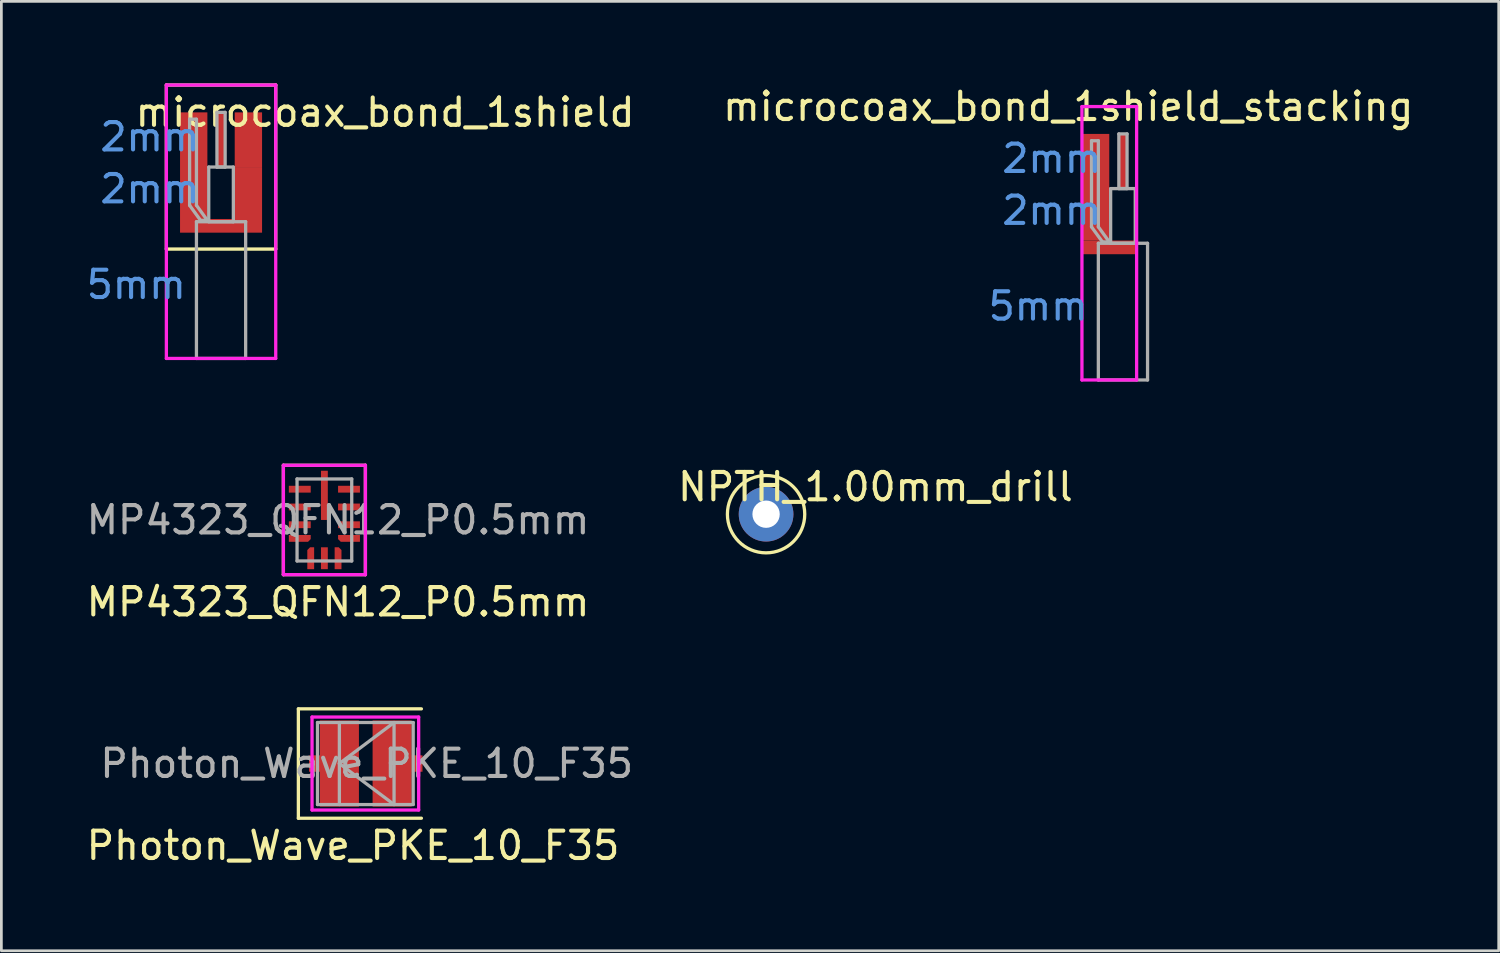
<source format=kicad_pcb>
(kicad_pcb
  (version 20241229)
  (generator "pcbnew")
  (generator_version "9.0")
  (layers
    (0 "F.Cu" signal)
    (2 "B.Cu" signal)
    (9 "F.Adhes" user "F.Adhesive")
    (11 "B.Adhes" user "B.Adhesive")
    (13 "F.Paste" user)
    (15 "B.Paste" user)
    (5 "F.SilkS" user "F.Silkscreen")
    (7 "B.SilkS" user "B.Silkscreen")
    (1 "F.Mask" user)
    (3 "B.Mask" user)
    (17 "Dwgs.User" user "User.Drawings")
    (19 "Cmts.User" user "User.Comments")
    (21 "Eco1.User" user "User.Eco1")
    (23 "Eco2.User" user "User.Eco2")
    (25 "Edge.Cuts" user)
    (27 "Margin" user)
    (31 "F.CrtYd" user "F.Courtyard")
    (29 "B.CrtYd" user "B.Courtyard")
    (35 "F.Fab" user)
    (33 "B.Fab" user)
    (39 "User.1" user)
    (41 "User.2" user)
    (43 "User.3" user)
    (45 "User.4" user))
  (footprint "MP4323_QFN12_P0.5mm"
    (layer "F.Cu")
    (at 8.815 15.968)
    (property "Reference" "MP4323_QFN12_P0.5mm" (at 0.5 3 0) (layer "F.SilkS") (effects (font (size 1 1) (thickness 0.15))))
    (attr through_hole)
    (fp_line (start -1.5 -2) (end 1.5 -2) (stroke (width 0.12) (type solid)) (layer "F.SilkS"))
    (fp_line (start -1.5 2) (end -1.5 -2) (stroke (width 0.12) (type solid)) (layer "F.SilkS"))
    (fp_line (start 1.5 -2) (end 1.5 2) (stroke (width 0.12) (type solid)) (layer "F.SilkS"))
    (fp_line (start 1.5 2) (end -1.5 2) (stroke (width 0.12) (type solid)) (layer "F.SilkS"))
    (fp_line (start -1.5 -2) (end 1.5 -2) (stroke (width 0.12) (type solid)) (layer "F.CrtYd"))
    (fp_line (start -1.5 2) (end -1.5 -2) (stroke (width 0.12) (type solid)) (layer "F.CrtYd"))
    (fp_line (start 1.5 -2) (end 1.5 2) (stroke (width 0.12) (type solid)) (layer "F.CrtYd"))
    (fp_line (start 1.5 2) (end -1.5 2) (stroke (width 0.12) (type solid)) (layer "F.CrtYd"))
    (fp_line (start -1 -1.5) (end 1 -1.5) (stroke (width 0.12) (type solid)) (layer "F.Fab"))
    (fp_line (start -1 1.5) (end -1 -1.5) (stroke (width 0.12) (type solid)) (layer "F.Fab"))
    (fp_line (start 1 -1.5) (end 1 1.5) (stroke (width 0.12) (type solid)) (layer "F.Fab"))
    (fp_line (start 1 1.5) (end -1 1.5) (stroke (width 0.12) (type solid)) (layer "F.Fab"))
    (fp_text user "${REFERENCE}" (at 0.5 0 0) (layer "F.Fab") (effects (font (size 1 1) (thickness 0.15))))
    (pad "1" smd rect (at -0.9 -1.125) (size 0.8 0.25) (layers "F.Cu" "F.Mask" "F.Paste"))
    (pad "2" smd rect (at -0.9 -0.475) (size 0.8 0.25) (layers "F.Cu" "F.Mask" "F.Paste"))
    (pad "3" smd rect (at -0.9 0.175) (size 0.8 0.25) (layers "F.Cu" "F.Mask" "F.Paste"))
    (pad "4" smd custom (at -0.95 0.675) (size 0.7 0.25) (layers "F.Cu" "F.Mask" "F.Paste") (options (anchor rect)) (primitives (gr_poly (pts (xy 0.35 0.125) (xy 0.45 0.025) (xy 0.45 -0.125) (xy 0.35 -0.125)) (width 0) (fill yes))))
    (pad "5" smd custom (at -0.5 1.45 270) (size 0.7 0.25) (layers "F.Cu" "F.Mask" "F.Paste") (options (anchor rect)) (primitives (gr_poly (pts (xy -0.35 0.125) (xy -0.45 0.025) (xy -0.45 -0.125) (xy -0.35 -0.125)) (width 0) (fill yes))))
    (pad "6" smd rect (at 0 1.4) (size 0.25 0.8) (layers "F.Cu" "F.Mask" "F.Paste"))
    (pad "7" smd custom (at 0.5 1.45 90) (size 0.7 0.25) (layers "F.Cu" "F.Mask" "F.Paste") (options (anchor rect)) (primitives (gr_poly (pts (xy 0.35 0.125) (xy 0.45 0.025) (xy 0.45 -0.125) (xy 0.35 -0.125)) (width 0) (fill yes))))
    (pad "8" smd custom (at 0.95 0.675) (size 0.7 0.25) (layers "F.Cu" "F.Mask" "F.Paste") (options (anchor rect)) (primitives (gr_poly (pts (xy -0.35 0.125) (xy -0.45 0.025) (xy -0.45 -0.125) (xy -0.35 -0.125)) (width 0) (fill yes))))
    (pad "9" smd rect (at 0.9 0.175) (size 0.8 0.25) (layers "F.Cu" "F.Mask" "F.Paste"))
    (pad "10" smd rect (at 0.9 -0.475) (size 0.8 0.25) (layers "F.Cu" "F.Mask" "F.Paste"))
    (pad "11" smd rect (at 0.9 -1.125) (size 0.8 0.25) (layers "F.Cu" "F.Mask" "F.Paste"))
    (pad "12" smd rect (at 0 -0.9) (size 0.25 1.8) (layers "F.Cu" "F.Mask" "F.Paste")))
  (footprint "microcoax_bond_1shield_stacking"
    (layer "F.Cu")
    (at 38.023 2.848)
    (property "Reference" "microcoax_bond_1shield_stacking" (at -2 -2 0) (layer "F.SilkS") (effects (font (size 1 1) (thickness 0.15))))
    (attr through_hole)
    (fp_poly (pts (xy 0.5 2.9) (xy 0.5 3.4) (xy -1.5 3.4) (xy -1.5 2.9)) (stroke (width 0.001) (type solid)) (fill yes) (layer "F.Cu"))
    (fp_line (start -1.5 -2) (end -1.5 8) (stroke (width 0.12) (type solid)) (layer "F.CrtYd"))
    (fp_line (start -1.5 8) (end 0.5 8) (stroke (width 0.12) (type solid)) (layer "F.CrtYd"))
    (fp_line (start 0.5 -2) (end -1.5 -2) (stroke (width 0.12) (type solid)) (layer "F.CrtYd"))
    (fp_line (start 0.5 8) (end 0.5 -2) (stroke (width 0.12) (type solid)) (layer "F.CrtYd"))
    (fp_line (start -1.15 -0.75) (end -0.9 -0.75) (stroke (width 0.12) (type solid)) (layer "F.Fab"))
    (fp_line (start -1.15 2.4) (end -1.15 -0.75) (stroke (width 0.12) (type solid)) (layer "F.Fab"))
    (fp_line (start -0.9 -0.75) (end -0.9 2.4) (stroke (width 0.12) (type solid)) (layer "F.Fab"))
    (fp_line (start -0.9 2.4) (end -0.5 2.95) (stroke (width 0.12) (type solid)) (layer "F.Fab"))
    (fp_line (start -0.9 3) (end -0.9 8) (stroke (width 0.12) (type solid)) (layer "F.Fab"))
    (fp_line (start -0.9 3) (end 0.9 3) (stroke (width 0.12) (type solid)) (layer "F.Fab"))
    (fp_line (start -0.9 8) (end 0.9 8) (stroke (width 0.12) (type solid)) (layer "F.Fab"))
    (fp_line (start -0.75 2.95) (end -1.15 2.4) (stroke (width 0.12) (type solid)) (layer "F.Fab"))
    (fp_line (start -0.5 2.95) (end -0.75 2.95) (stroke (width 0.12) (type solid)) (layer "F.Fab"))
    (fp_line (start -0.45 1) (end -0.45 3) (stroke (width 0.12) (type solid)) (layer "F.Fab"))
    (fp_line (start -0.45 1) (end 0.45 1) (stroke (width 0.12) (type solid)) (layer "F.Fab"))
    (fp_line (start -0.45 3) (end 0.45 3) (stroke (width 0.12) (type solid)) (layer "F.Fab"))
    (fp_line (start -0.15 -1) (end 0.15 -1) (stroke (width 0.12) (type solid)) (layer "F.Fab"))
    (fp_line (start -0.15 1) (end -0.15 -1) (stroke (width 0.12) (type solid)) (layer "F.Fab"))
    (fp_line (start 0.15 -1) (end 0.15 1) (stroke (width 0.12) (type solid)) (layer "F.Fab"))
    (fp_line (start 0.15 1) (end -0.15 1) (stroke (width 0.12) (type solid)) (layer "F.Fab"))
    (fp_line (start 0.45 3) (end 0.45 1) (stroke (width 0.12) (type solid)) (layer "F.Fab"))
    (fp_line (start 0.9 3) (end 0.9 8) (stroke (width 0.12) (type solid)) (layer "F.Fab"))
    (fp_text user "2mm" (at -2.6 -0.1 0) (layer "Cmts.User") (effects (font (size 1 1) (thickness 0.15))))
    (fp_text user "2mm" (at -2.6 1.8 0) (layer "Cmts.User") (effects (font (size 1 1) (thickness 0.15))))
    (fp_text user "5mm" (at -3.1 5.3 0) (layer "Cmts.User") (effects (font (size 1 1) (thickness 0.15))))
    (pad "1" smd rect (at 0 0) (size 0.3 2) (layers "F.Cu" "F.Mask"))
    (pad "2" smd rect (at -1 0.95) (size 1 3.9) (layers "F.Cu" "F.Mask")))
  (footprint "NPTH_1.00mm_drill"
    (layer "F.Cu")
    (at 24.97 15.757)
    (property "Reference" "NPTH_1.00mm_drill" (at 4 -1 0) (layer "F.SilkS") (effects (font (size 1 1) (thickness 0.15))))
    (attr through_hole)
    (fp_circle (center 0 0) (end 1 -1) (stroke (width 0.12) (type solid)) (fill no) (layer "F.SilkS"))
    (pad "1" thru_hole circle (at 0 0) (size 2 2) (drill 1) (layers "*.Cu" "*.Mask")))
  (footprint "Photon_Wave_PKE_10_F35"
    (layer "F.Cu")
    (at 9.363 24.877)
    (property "Reference" "Photon_Wave_PKE_10_F35" (at 0.5 3 0) (layer "F.SilkS") (effects (font (size 1 1) (thickness 0.15))))
    (attr smd)
    (fp_poly (pts (xy -0.71 0.3) (xy -1.11 0.3) (xy -1.11 -0.3) (xy -0.71 -0.3)) (stroke (width 0.001) (type solid)) (fill yes) (layer "F.Cu"))
    (fp_poly (pts (xy 3.04 0.3) (xy 2.64 0.3) (xy 2.64 -0.3) (xy 3.04 -0.3)) (stroke (width 0.001) (type solid)) (fill yes) (layer "F.Cu"))
    (fp_line (start -1.5 -2) (end 3 -2) (stroke (width 0.12) (type solid)) (layer "F.SilkS"))
    (fp_line (start -1.5 2) (end -1.5 -2) (stroke (width 0.12) (type solid)) (layer "F.SilkS"))
    (fp_line (start 3 2) (end -1.5 2) (stroke (width 0.12) (type solid)) (layer "F.SilkS"))
    (fp_line (start -1 -1.7) (end 2.9 -1.7) (stroke (width 0.12) (type solid)) (layer "F.CrtYd"))
    (fp_line (start -1 1.7) (end -1 -1.7) (stroke (width 0.12) (type solid)) (layer "F.CrtYd"))
    (fp_line (start 2.9 -1.7) (end 2.9 1.7) (stroke (width 0.12) (type solid)) (layer "F.CrtYd"))
    (fp_line (start 2.9 1.7) (end -1 1.7) (stroke (width 0.12) (type solid)) (layer "F.CrtYd"))
    (fp_line (start -0.8 -1.5) (end 2.7 -1.5) (stroke (width 0.12) (type solid)) (layer "F.Fab"))
    (fp_line (start -0.8 1.5) (end -0.8 -1.5) (stroke (width 0.12) (type solid)) (layer "F.Fab"))
    (fp_line (start 0 -1.5) (end 0 1.5) (stroke (width 0.12) (type solid)) (layer "F.Fab"))
    (fp_line (start 0 0) (end 2 -1.5) (stroke (width 0.12) (type solid)) (layer "F.Fab"))
    (fp_line (start 2 -1.5) (end 2 1.5) (stroke (width 0.12) (type solid)) (layer "F.Fab"))
    (fp_line (start 2 1.5) (end 0 0) (stroke (width 0.12) (type solid)) (layer "F.Fab"))
    (fp_line (start 2.7 -1.5) (end 2.7 1.5) (stroke (width 0.12) (type solid)) (layer "F.Fab"))
    (fp_line (start 2.7 1.5) (end -0.8 1.5) (stroke (width 0.12) (type solid)) (layer "F.Fab"))
    (fp_text user "${REFERENCE}" (at 1 0 0) (layer "F.Fab") (effects (font (size 1 1) (thickness 0.15))))
    (pad "1" smd rect (at 0 0) (size 1.43 3.15) (layers "F.Cu" "F.Mask" "F.Paste"))
    (pad "2" smd rect (at 1.93 0) (size 1.43 3.15) (layers "F.Cu" "F.Mask" "F.Paste")))
  (footprint "microcoax_bond_1shield"
    (layer "F.Cu")
    (at 5.035 2.06)
    (property "Reference" "microcoax_bond_1shield" (at 6 -1 0) (layer "F.SilkS") (effects (font (size 1 1) (thickness 0.15))))
    (attr through_hole)
    (fp_poly (pts (xy 1.5 1) (xy 0.5 1) (xy 0.5 -1) (xy 1.5 -1)) (stroke (width 0.001) (type solid)) (fill yes) (layer "F.Cu"))
    (fp_poly (pts (xy 0.5 2.9) (xy 0.5 1) (xy 1.5 1) (xy 1.5 3.4) (xy -1.5 3.4) (xy -1.5 2.9)) (stroke (width 0.001) (type solid)) (fill yes) (layer "F.Cu"))
    (fp_line (start -2 -2) (end -2 4) (stroke (width 0.12) (type solid)) (layer "F.SilkS"))
    (fp_line (start -2 4) (end 2 4) (stroke (width 0.12) (type solid)) (layer "F.SilkS"))
    (fp_line (start 2 -2) (end -2 -2) (stroke (width 0.12) (type solid)) (layer "F.SilkS"))
    (fp_line (start 2 4) (end 2 -2) (stroke (width 0.12) (type solid)) (layer "F.SilkS"))
    (fp_line (start -2 -2) (end -2 8) (stroke (width 0.12) (type solid)) (layer "F.CrtYd"))
    (fp_line (start -2 8) (end 2 8) (stroke (width 0.12) (type solid)) (layer "F.CrtYd"))
    (fp_line (start 2 -2) (end -2 -2) (stroke (width 0.12) (type solid)) (layer "F.CrtYd"))
    (fp_line (start 2 8) (end 2 -2) (stroke (width 0.12) (type solid)) (layer "F.CrtYd"))
    (fp_line (start -1.15 -0.75) (end -0.9 -0.75) (stroke (width 0.12) (type solid)) (layer "F.Fab"))
    (fp_line (start -1.15 2.4) (end -1.15 -0.75) (stroke (width 0.12) (type solid)) (layer "F.Fab"))
    (fp_line (start -0.9 -0.75) (end -0.9 2.4) (stroke (width 0.12) (type solid)) (layer "F.Fab"))
    (fp_line (start -0.9 2.4) (end -0.5 2.95) (stroke (width 0.12) (type solid)) (layer "F.Fab"))
    (fp_line (start -0.9 3) (end -0.9 8) (stroke (width 0.12) (type solid)) (layer "F.Fab"))
    (fp_line (start -0.9 3) (end 0.9 3) (stroke (width 0.12) (type solid)) (layer "F.Fab"))
    (fp_line (start -0.9 8) (end 0.9 8) (stroke (width 0.12) (type solid)) (layer "F.Fab"))
    (fp_line (start -0.75 2.95) (end -1.15 2.4) (stroke (width 0.12) (type solid)) (layer "F.Fab"))
    (fp_line (start -0.5 2.95) (end -0.75 2.95) (stroke (width 0.12) (type solid)) (layer "F.Fab"))
    (fp_line (start -0.45 1) (end -0.45 3) (stroke (width 0.12) (type solid)) (layer "F.Fab"))
    (fp_line (start -0.45 1) (end 0.45 1) (stroke (width 0.12) (type solid)) (layer "F.Fab"))
    (fp_line (start -0.45 3) (end 0.45 3) (stroke (width 0.12) (type solid)) (layer "F.Fab"))
    (fp_line (start -0.15 -1) (end 0.15 -1) (stroke (width 0.12) (type solid)) (layer "F.Fab"))
    (fp_line (start -0.15 1) (end -0.15 -1) (stroke (width 0.12) (type solid)) (layer "F.Fab"))
    (fp_line (start 0.15 -1) (end 0.15 1) (stroke (width 0.12) (type solid)) (layer "F.Fab"))
    (fp_line (start 0.15 1) (end -0.15 1) (stroke (width 0.12) (type solid)) (layer "F.Fab"))
    (fp_line (start 0.45 3) (end 0.45 1) (stroke (width 0.12) (type solid)) (layer "F.Fab"))
    (fp_line (start 0.9 3) (end 0.9 8) (stroke (width 0.12) (type solid)) (layer "F.Fab"))
    (fp_text user "5mm" (at -3.1 5.3 0) (layer "Cmts.User") (effects (font (size 1 1) (thickness 0.15))))
    (fp_text user "2mm" (at -2.6 -0.1 0) (layer "Cmts.User") (effects (font (size 1 1) (thickness 0.15))))
    (fp_text user "2mm" (at -2.6 1.8 0) (layer "Cmts.User") (effects (font (size 1 1) (thickness 0.15))))
    (pad "1" smd rect (at 0 0) (size 0.3 2) (layers "F.Cu" "F.Mask"))
    (pad "2" smd rect (at -1 0.95) (size 1 3.9) (layers "F.Cu" "F.Mask")))
  (gr_rect
    (start -3 -3)
    (end 51.767 31.725)
    (stroke (width 0.1) (type default))
    (fill no)
    (layer "Edge.Cuts")))
</source>
